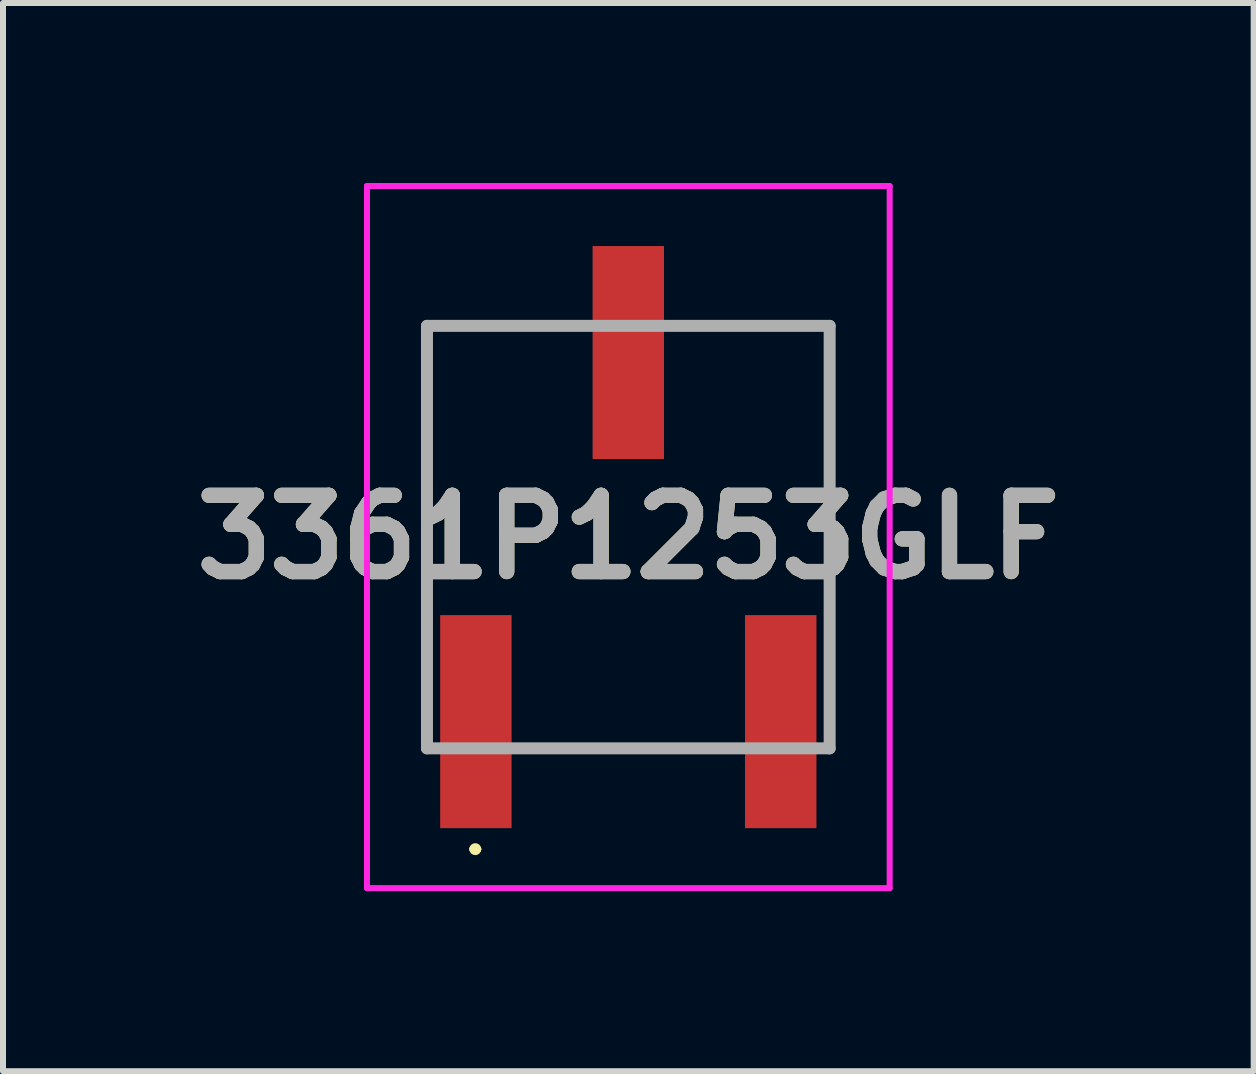
<source format=kicad_pcb>
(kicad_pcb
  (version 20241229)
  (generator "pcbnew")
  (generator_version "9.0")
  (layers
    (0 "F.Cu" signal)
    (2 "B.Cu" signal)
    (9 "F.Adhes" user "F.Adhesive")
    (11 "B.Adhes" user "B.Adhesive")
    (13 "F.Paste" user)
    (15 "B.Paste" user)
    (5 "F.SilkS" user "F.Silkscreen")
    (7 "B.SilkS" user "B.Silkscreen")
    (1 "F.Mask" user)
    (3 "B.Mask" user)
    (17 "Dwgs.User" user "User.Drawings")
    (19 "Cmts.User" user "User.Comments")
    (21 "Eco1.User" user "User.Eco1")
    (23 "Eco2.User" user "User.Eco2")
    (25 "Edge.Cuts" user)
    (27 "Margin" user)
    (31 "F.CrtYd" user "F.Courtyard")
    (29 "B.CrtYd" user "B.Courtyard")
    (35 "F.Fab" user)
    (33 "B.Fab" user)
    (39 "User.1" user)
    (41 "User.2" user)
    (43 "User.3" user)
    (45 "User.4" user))
  (footprint "3361P1253GLF"
    (layer "F.Cu")
    (at 7.42 5.9)
    (property "Reference" "3361P1253GLF" (at 0 0 0) (layer "F.SilkS") (effects (font (size 1.27 1.27) (thickness 0.254))))
    (attr smd)
    (fp_line (start -3.355 -3.52) (end -0.94 -3.52) (stroke (width 0.1) (type solid)) (layer "F.SilkS"))
    (fp_line (start -3.355 3.52) (end -3.355 -3.52) (stroke (width 0.1) (type solid)) (layer "F.SilkS"))
    (fp_line (start -2.6 5.2) (end -2.6 5.2) (stroke (width 0.1) (type solid)) (layer "F.SilkS"))
    (fp_line (start -2.5 5.2) (end -2.5 5.2) (stroke (width 0.1) (type solid)) (layer "F.SilkS"))
    (fp_line (start 0 3.52) (end -1.616 3.52) (stroke (width 0.1) (type solid)) (layer "F.SilkS"))
    (fp_line (start 0 3.52) (end 1.64 3.52) (stroke (width 0.1) (type solid)) (layer "F.SilkS"))
    (fp_line (start 3.355 -3.52) (end 0.901 -3.52) (stroke (width 0.1) (type solid)) (layer "F.SilkS"))
    (fp_line (start 3.355 -3.52) (end 3.355 3.52) (stroke (width 0.1) (type solid)) (layer "F.SilkS"))
    (fp_arc (start -2.6 5.2) (mid -2.55 5.15) (end -2.5 5.2) (stroke (width 0.1) (type solid)) (layer "F.SilkS"))
    (fp_arc (start -2.5 5.2) (mid -2.55 5.25) (end -2.6 5.2) (stroke (width 0.1) (type solid)) (layer "F.SilkS"))
    (fp_line (start -4.355 -5.85) (end 4.355 -5.85) (stroke (width 0.1) (type solid)) (layer "F.CrtYd"))
    (fp_line (start -4.355 5.85) (end -4.355 -5.85) (stroke (width 0.1) (type solid)) (layer "F.CrtYd"))
    (fp_line (start 4.355 -5.85) (end 4.355 5.85) (stroke (width 0.1) (type solid)) (layer "F.CrtYd"))
    (fp_line (start 4.355 5.85) (end -4.355 5.85) (stroke (width 0.1) (type solid)) (layer "F.CrtYd"))
    (fp_line (start -3.355 -3.52) (end 3.355 -3.52) (stroke (width 0.2) (type solid)) (layer "F.Fab"))
    (fp_line (start -3.355 3.52) (end -3.355 -3.52) (stroke (width 0.2) (type solid)) (layer "F.Fab"))
    (fp_line (start 3.355 -3.52) (end 3.355 3.52) (stroke (width 0.2) (type solid)) (layer "F.Fab"))
    (fp_line (start 3.355 3.52) (end -3.355 3.52) (stroke (width 0.2) (type solid)) (layer "F.Fab"))
    (fp_text user "${REFERENCE}" (at 0 0 0) (layer "F.Fab") (effects (font (size 1.27 1.27) (thickness 0.254))))
    (pad "1" smd rect (at -2.54 3.075) (size 1.19 3.55) (layers "F.Cu" "F.Mask" "F.Paste"))
    (pad "2" smd rect (at 0 -3.075) (size 1.19 3.55) (layers "F.Cu" "F.Mask" "F.Paste"))
    (pad "3" smd rect (at 2.54 3.075) (size 1.19 3.55) (layers "F.Cu" "F.Mask" "F.Paste")))
  (gr_rect
    (start -3 -3)
    (end 17.841 14.8)
    (stroke (width 0.1) (type default))
    (fill no)
    (layer "Edge.Cuts")))
</source>
